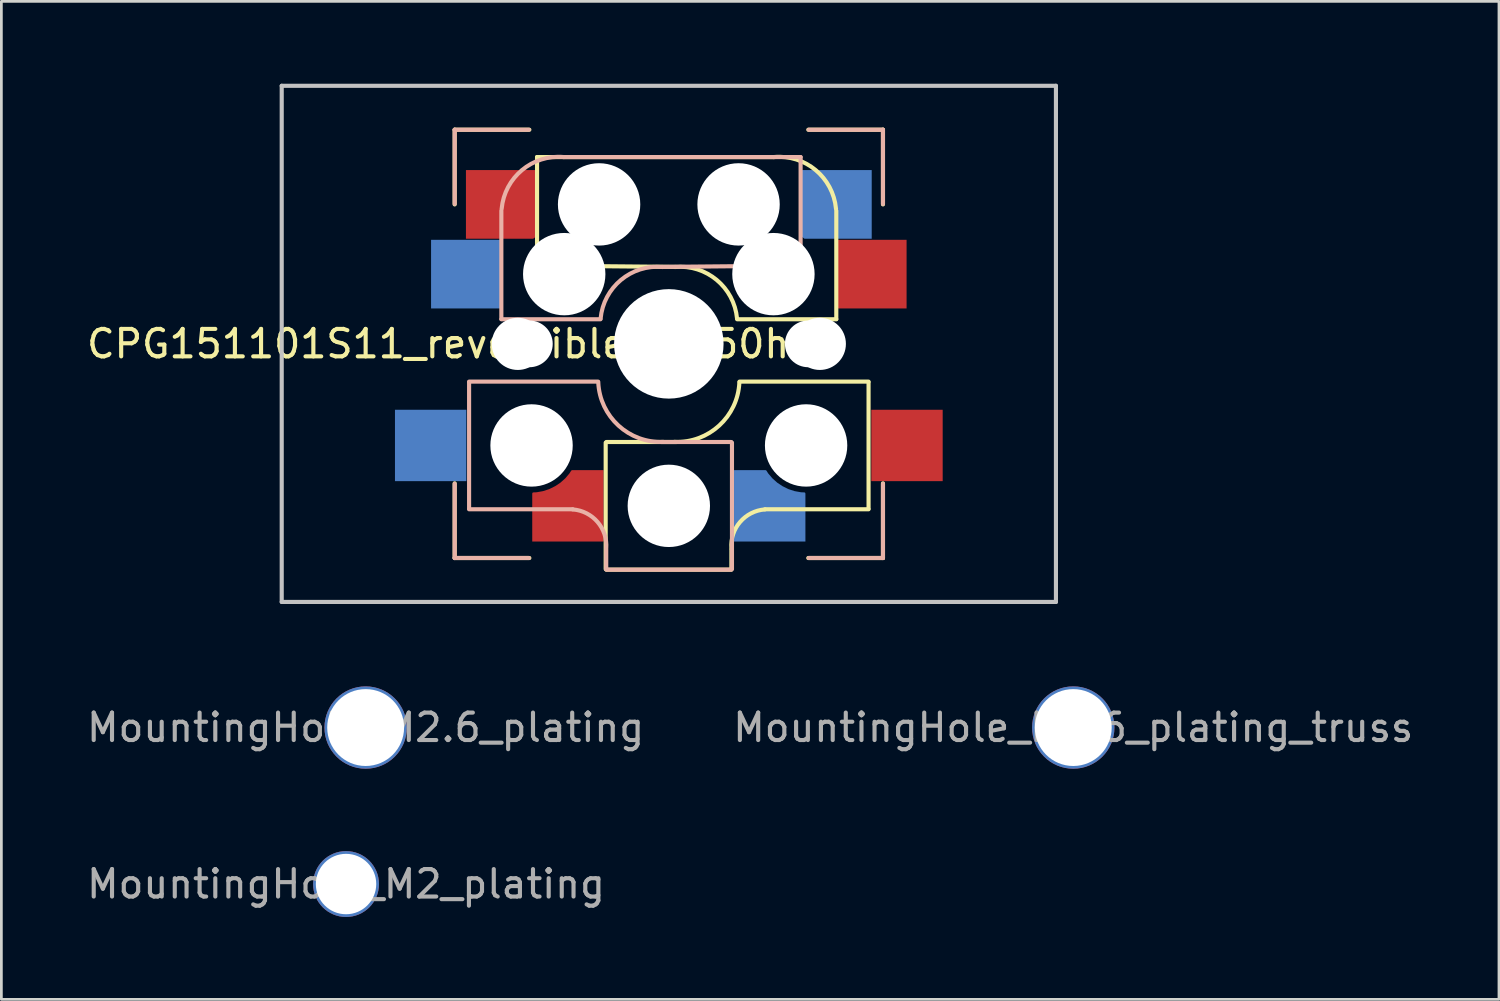
<source format=kicad_pcb>
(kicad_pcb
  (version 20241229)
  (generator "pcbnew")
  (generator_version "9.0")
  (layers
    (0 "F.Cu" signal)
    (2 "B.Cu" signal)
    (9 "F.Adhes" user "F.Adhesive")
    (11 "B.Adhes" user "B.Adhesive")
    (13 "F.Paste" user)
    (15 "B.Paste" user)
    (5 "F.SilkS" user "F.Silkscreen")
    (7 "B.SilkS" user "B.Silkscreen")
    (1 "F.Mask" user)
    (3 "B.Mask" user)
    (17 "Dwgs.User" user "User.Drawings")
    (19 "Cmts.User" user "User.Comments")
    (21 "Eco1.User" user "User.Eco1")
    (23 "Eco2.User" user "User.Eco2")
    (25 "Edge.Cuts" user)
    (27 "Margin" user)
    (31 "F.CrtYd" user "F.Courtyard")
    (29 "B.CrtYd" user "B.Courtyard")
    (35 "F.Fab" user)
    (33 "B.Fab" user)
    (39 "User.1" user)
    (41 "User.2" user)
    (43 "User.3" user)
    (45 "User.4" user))
  (footprint "CPG151101S11_reversible3_1.50h"
    (layer "F.Cu")
    (at 21.311 9.475)
    (property "Reference" "CPG151101S11_reversible3_1.50h" (at -8.4 0 180) (layer "F.SilkS") (effects (font (size 1 1) (thickness 0.15))))
    (attr smd)
    (fp_line (start -7.8 -7.8) (end -5.08 -7.8) (stroke (width 0.15) (type solid)) (layer "F.SilkS"))
    (fp_line (start -7.8 -5.08) (end -7.8 -7.8) (stroke (width 0.15) (type solid)) (layer "F.SilkS"))
    (fp_line (start -7.8 5.08) (end -7.8 7.8) (stroke (width 0.15) (type solid)) (layer "F.SilkS"))
    (fp_line (start -7.8 7.8) (end -5.08 7.8) (stroke (width 0.15) (type solid)) (layer "F.SilkS"))
    (fp_line (start -4.8 -6.804) (end 3.825 -6.804) (stroke (width 0.15) (type solid)) (layer "F.SilkS"))
    (fp_line (start -4.8 -2.896) (end -4.8 -6.804) (stroke (width 0.15) (type solid)) (layer "F.SilkS"))
    (fp_line (start -4.8 -2.85) (end 0.25 -2.804) (stroke (width 0.15) (type solid)) (layer "F.SilkS"))
    (fp_line (start -2.3 3.6) (end -2.3 8.2) (stroke (width 0.15) (type solid)) (layer "F.SilkS"))
    (fp_line (start -2.275 3.575) (end 0.275 3.575) (stroke (width 0.15) (type solid)) (layer "F.SilkS"))
    (fp_line (start -2.275 8.225) (end 2.275 8.225) (stroke (width 0.15) (type solid)) (layer "F.SilkS"))
    (fp_line (start 2.28 7.5) (end 2.28 8.2) (stroke (width 0.15) (type solid)) (layer "F.SilkS"))
    (fp_line (start 2.575 1.375) (end 7.275 1.375) (stroke (width 0.15) (type solid)) (layer "F.SilkS"))
    (fp_line (start 3.5 6.025) (end 7.275 6.025) (stroke (width 0.15) (type solid)) (layer "F.SilkS"))
    (fp_line (start 5.08 7.8) (end 7.8 7.8) (stroke (width 0.15) (type solid)) (layer "F.SilkS"))
    (fp_line (start 6.1 -4.85) (end 6.1 -0.905) (stroke (width 0.15) (type solid)) (layer "F.SilkS"))
    (fp_line (start 6.1 -0.896) (end 2.49 -0.896) (stroke (width 0.15) (type solid)) (layer "F.SilkS"))
    (fp_line (start 7.275 1.4) (end 7.275 6) (stroke (width 0.15) (type solid)) (layer "F.SilkS"))
    (fp_line (start 7.8 -7.8) (end 5.08 -7.8) (stroke (width 0.15) (type solid)) (layer "F.SilkS"))
    (fp_line (start 7.8 -5.08) (end 7.8 -7.8) (stroke (width 0.15) (type solid)) (layer "F.SilkS"))
    (fp_line (start 7.8 7.8) (end 7.8 5.08) (stroke (width 0.15) (type solid)) (layer "F.SilkS"))
    (fp_arc (start 0.225 -2.8) (mid 1.744361 -2.328062) (end 2.485001 -0.920001) (stroke (width 0.15) (type solid)) (layer "F.SilkS"))
    (fp_arc (start 2.279999 7.449999) (mid 2.595908 6.487329) (end 3.5 6.03) (stroke (width 0.15) (type solid)) (layer "F.SilkS"))
    (fp_arc (start 2.57 1.4) (mid 1.834422 2.975843) (end 0.2 3.57) (stroke (width 0.15) (type solid)) (layer "F.SilkS"))
    (fp_arc (start 3.825 -6.804) (mid 5.347189 -6.33089) (end 6.089 -4.92) (stroke (width 0.15) (type solid)) (layer "F.SilkS"))
    (fp_line (start -7.8 -7.8) (end -5.1 -7.8) (stroke (width 0.15) (type solid)) (layer "B.SilkS"))
    (fp_line (start -7.8 -5.1) (end -7.8 -7.8) (stroke (width 0.15) (type solid)) (layer "B.SilkS"))
    (fp_line (start -7.8 7.8) (end -7.8 5.1) (stroke (width 0.15) (type solid)) (layer "B.SilkS"))
    (fp_line (start -7.275 1.4) (end -7.275 6) (stroke (width 0.15) (type solid)) (layer "B.SilkS"))
    (fp_line (start -6.1 -4.85) (end -6.1 -0.905) (stroke (width 0.15) (type solid)) (layer "B.SilkS"))
    (fp_line (start -6.1 -0.896) (end -2.49 -0.896) (stroke (width 0.15) (type solid)) (layer "B.SilkS"))
    (fp_line (start -5.1 7.8) (end -7.8 7.8) (stroke (width 0.15) (type solid)) (layer "B.SilkS"))
    (fp_line (start -3.5 6.025) (end -7.275 6.025) (stroke (width 0.15) (type solid)) (layer "B.SilkS"))
    (fp_line (start -2.575 1.375) (end -7.275 1.375) (stroke (width 0.15) (type solid)) (layer "B.SilkS"))
    (fp_line (start -2.28 7.5) (end -2.28 8.2) (stroke (width 0.15) (type solid)) (layer "B.SilkS"))
    (fp_line (start 2.275 3.575) (end -0.275 3.575) (stroke (width 0.15) (type solid)) (layer "B.SilkS"))
    (fp_line (start 2.275 8.225) (end -2.275 8.225) (stroke (width 0.15) (type solid)) (layer "B.SilkS"))
    (fp_line (start 2.3 3.6) (end 2.3 8.2) (stroke (width 0.15) (type solid)) (layer "B.SilkS"))
    (fp_line (start 4.8 -6.804) (end -3.825 -6.804) (stroke (width 0.15) (type solid)) (layer "B.SilkS"))
    (fp_line (start 4.8 -2.896) (end 4.8 -6.804) (stroke (width 0.15) (type solid)) (layer "B.SilkS"))
    (fp_line (start 4.8 -2.85) (end -0.25 -2.804) (stroke (width 0.15) (type solid)) (layer "B.SilkS"))
    (fp_line (start 5.1 -7.8) (end 7.8 -7.8) (stroke (width 0.15) (type solid)) (layer "B.SilkS"))
    (fp_line (start 7.8 -7.8) (end 7.8 -5.1) (stroke (width 0.15) (type solid)) (layer "B.SilkS"))
    (fp_line (start 7.8 5.1) (end 7.8 7.8) (stroke (width 0.15) (type solid)) (layer "B.SilkS"))
    (fp_line (start 7.8 7.8) (end 5.1 7.8) (stroke (width 0.15) (type solid)) (layer "B.SilkS"))
    (fp_arc (start -6.089 -4.92) (mid -5.347189 -6.33089) (end -3.825 -6.804) (stroke (width 0.15) (type solid)) (layer "B.SilkS"))
    (fp_arc (start -3.5 6.03) (mid -2.595908 6.48733) (end -2.28 7.45) (stroke (width 0.15) (type solid)) (layer "B.SilkS"))
    (fp_arc (start -2.484999 -0.920001) (mid -1.74436 -2.328062) (end -0.225 -2.8) (stroke (width 0.15) (type solid)) (layer "B.SilkS"))
    (fp_arc (start -0.2 3.57) (mid -1.834422 2.975843) (end -2.57 1.4) (stroke (width 0.15) (type solid)) (layer "B.SilkS"))
    (fp_line (start -14.1 -9.4) (end 14.1 -9.4) (stroke (width 0.15) (type solid)) (layer "Dwgs.User"))
    (fp_line (start -14.1 9.4) (end -14.1 -9.4) (stroke (width 0.15) (type solid)) (layer "Dwgs.User"))
    (fp_line (start 14.1 -9.4) (end 14.1 9.4) (stroke (width 0.15) (type solid)) (layer "Dwgs.User"))
    (fp_line (start 14.1 9.4) (end -14.1 9.4) (stroke (width 0.15) (type solid)) (layer "Dwgs.User"))
    (fp_line (start -7 7) (end -7 -7) (stroke (width 0.15) (type solid)) (layer "Eco2.User"))
    (fp_line (start -7 7) (end 7 7) (stroke (width 0.15) (type solid)) (layer "Eco2.User"))
    (fp_line (start 7 -7) (end -7 -7) (stroke (width 0.15) (type solid)) (layer "Eco2.User"))
    (fp_line (start 7 -7) (end 7 7) (stroke (width 0.15) (type solid)) (layer "Eco2.User"))
    (pad "" np_thru_hole circle (at -5.5 0) (size 1.9 1.9) (drill 1.9) (layers "*.Cu" "*.Mask"))
    (pad "" np_thru_hole circle (at -5.08 0) (size 1.702 1.702) (drill 1.702) (layers "*.Cu" "*.Mask"))
    (pad "" np_thru_hole circle (at -5 3.7) (size 3 3) (drill 3) (layers "*.Cu" "*.Mask"))
    (pad "" np_thru_hole circle (at -3.81 -2.54) (size 3 3) (drill 3) (layers "*.Cu" "*.Mask"))
    (pad "" np_thru_hole circle (at -2.54 -5.08) (size 3 3) (drill 3) (layers "*.Cu" "*.Mask"))
    (pad "" np_thru_hole circle (at 0 0) (size 3.988 3.988) (drill 3.988) (layers "*.Cu" "*.Mask"))
    (pad "" np_thru_hole circle (at 0 5.9 90) (size 3 3) (drill 3) (layers "*.Cu" "*.Mask"))
    (pad "" np_thru_hole circle (at 2.54 -5.08) (size 3 3) (drill 3) (layers "*.Cu" "*.Mask"))
    (pad "" np_thru_hole circle (at 3.81 -2.54) (size 3 3) (drill 3) (layers "*.Cu" "*.Mask"))
    (pad "" np_thru_hole circle (at 5 3.7) (size 3 3) (drill 3) (layers "*.Cu" "*.Mask"))
    (pad "" np_thru_hole circle (at 5.08 0) (size 1.702 1.702) (drill 1.702) (layers "*.Cu" "*.Mask"))
    (pad "" np_thru_hole circle (at 5.5 0) (size 1.9 1.9) (drill 1.9) (layers "*.Cu" "*.Mask"))
    (pad "1" smd rect (at -8.675 3.7) (size 2.6 2.6) (layers "B.Cu" "B.Mask" "B.Paste"))
    (pad "1" smd rect (at -7.385 -2.54) (size 2.55 2.5) (layers "B.Cu" "B.Mask" "B.Paste"))
    (pad "1" smd custom (at -6.115 -5.08) (size 1.8 1.8) (layers "F.Cu" "F.Mask" "F.Paste") (options (anchor rect)) (primitives (gr_poly (pts (xy 1.275 -1.25) (xy 1.275 1.175) (xy 1.175 1.25) (xy -1.275 1.25) (xy -1.275 -1.25)) (width 0) (fill yes))))
    (pad "1" smd rect (at 8.675 3.7) (size 2.6 2.6) (layers "F.Cu" "F.Mask" "F.Paste"))
    (pad "2" smd custom (at -3.675 5.9) (size 1.2 1.2) (layers "F.Cu" "F.Mask" "F.Paste") (options (anchor rect)) (primitives (gr_poly (pts (xy 0.15 -1.3) (xy -0.05 -1) (xy -0.3 -0.8) (xy -0.7 -0.6) (xy -0.95 -0.5) (xy -1.3 -0.44) (xy -1.3 1.3) (xy 1.3 1.3) (xy 1.3 -1.3)) (width 0) (fill yes)) (gr_arc (start 0.152398 -1.259777) (mid -0.453976 -0.680776) (end -1.26 -0.45) (width 0.08))))
    (pad "2" smd custom (at 3.675 5.9 180) (size 1.2 1.2) (layers "B.Cu" "B.Mask" "B.Paste") (options (anchor rect)) (primitives (gr_poly (pts (xy 0.15 1.3) (xy -0.05 1) (xy -0.3 0.8) (xy -0.7 0.6) (xy -0.95 0.5) (xy -1.3 0.44) (xy -1.3 -1.3) (xy 1.3 -1.3) (xy 1.3 1.3)) (width 0) (fill yes)) (gr_arc (start -1.26 0.45) (mid -0.453976 0.680776) (end 0.152398 1.259777) (width 0.08))))
    (pad "2" smd custom (at 6.115 -5.08 180) (size 1.8 1.8) (layers "B.Cu" "B.Mask" "B.Paste") (options (anchor rect)) (primitives (gr_poly (pts (xy 1.275 1.25) (xy 1.275 -1.175) (xy 1.175 -1.25) (xy -1.275 -1.25) (xy -1.275 1.25)) (width 0) (fill yes))))
    (pad "2" smd rect (at 7.385 -2.54) (size 2.55 2.5) (layers "F.Cu" "F.Mask" "F.Paste")))
  (footprint "MountingHole_M2_plating"
    (layer "F.Cu")
    (at 9.554 29.15)
    (property "Reference" "MountingHole_M2_plating" (at 0 0 0) (layer "F.Fab") (effects (font (size 1 1) (thickness 0.15))))
    (attr through_hole)
    (pad "1" thru_hole circle (at 0 0) (size 2.4 2.4) (drill 2.2) (layers "*.Cu" "*.Mask")))
  (footprint "MountingHole_M2.6_plating_truss"
    (layer "F.Cu")
    (at 36.042 23.45)
    (property "Reference" "MountingHole_M2.6_plating_truss" (at 0 0 0) (layer "F.Fab") (effects (font (size 1 1) (thickness 0.15))))
    (attr through_hole)
    (pad "1" thru_hole circle (at 0 0) (size 3 3) (drill 2.8) (layers "*.Cu" "*.Mask")))
  (footprint "MountingHole_M2.6_plating"
    (layer "F.Cu")
    (at 10.268 23.45)
    (property "Reference" "MountingHole_M2.6_plating" (at 0 0 0) (layer "F.Fab") (effects (font (size 1 1) (thickness 0.15))))
    (attr through_hole)
    (pad "1" thru_hole circle (at 0 0) (size 3 3) (drill 2.8) (layers "*.Cu" "*.Mask")))
  (gr_rect
    (start -3 -3)
    (end 51.548 33.35)
    (stroke (width 0.1) (type default))
    (fill no)
    (layer "Edge.Cuts")))
</source>
